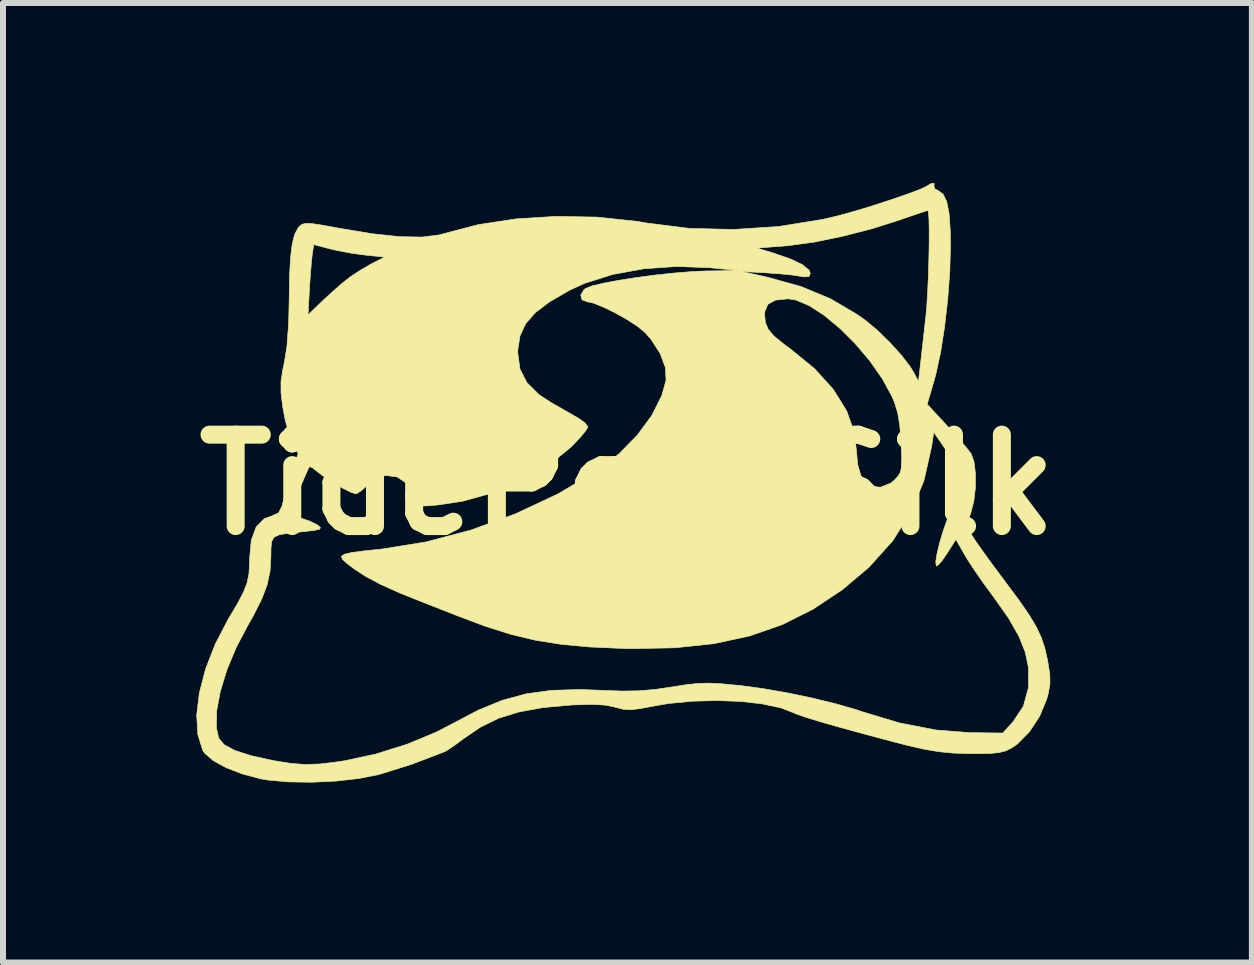
<source format=kicad_pcb>
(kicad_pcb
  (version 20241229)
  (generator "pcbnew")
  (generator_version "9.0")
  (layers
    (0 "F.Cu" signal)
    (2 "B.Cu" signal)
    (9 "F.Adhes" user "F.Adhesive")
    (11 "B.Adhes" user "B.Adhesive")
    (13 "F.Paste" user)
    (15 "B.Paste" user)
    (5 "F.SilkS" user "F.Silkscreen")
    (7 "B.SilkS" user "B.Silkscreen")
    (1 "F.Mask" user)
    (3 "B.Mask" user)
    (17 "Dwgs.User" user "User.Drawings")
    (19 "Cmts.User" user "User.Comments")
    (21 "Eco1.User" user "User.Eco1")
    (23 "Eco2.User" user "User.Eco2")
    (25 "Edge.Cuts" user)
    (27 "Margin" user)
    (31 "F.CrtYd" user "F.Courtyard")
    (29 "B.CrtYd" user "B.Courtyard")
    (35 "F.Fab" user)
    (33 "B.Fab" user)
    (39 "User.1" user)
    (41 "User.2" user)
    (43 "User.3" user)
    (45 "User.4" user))
  (footprint "TidePod_Silk"
    (layer "F.Cu")
    (at 7.41 5.03)
    (property "Reference" "TidePod_Silk" (at 0 0 0) (layer "F.SilkS") (effects (font (size 1.524 1.524) (thickness 0.3))))
    (attr through_hole)
    (fp_poly (pts (xy 5.114 -5.019) (xy 5.108 -4.982) (xy 5.124 -4.932) (xy 5.177 -4.904) (xy 5.261 -4.844) (xy 5.322 -4.72) (xy 5.361 -4.521) (xy 5.381 -4.239) (xy 5.385 -3.993) (xy 5.373 -3.556) (xy 5.339 -3.094) (xy 5.287 -2.637) (xy 5.221 -2.213) (xy 5.143 -1.851) (xy 5.116 -1.75) (xy 4.996 -1.342) (xy 5.323 -0.988) (xy 5.476 -0.819) (xy 5.61 -0.665) (xy 5.705 -0.549) (xy 5.729 -0.516) (xy 5.777 -0.382) (xy 5.801 -0.183) (xy 5.8 0.047) (xy 5.774 0.274) (xy 5.725 0.465) (xy 5.718 0.484) (xy 5.671 0.611) (xy 5.672 0.703) (xy 5.722 0.811) (xy 5.75 0.857) (xy 5.821 0.965) (xy 5.94 1.133) (xy 6.09 1.34) (xy 6.258 1.565) (xy 6.303 1.626) (xy 6.524 1.922) (xy 6.689 2.16) (xy 6.809 2.359) (xy 6.894 2.537) (xy 6.954 2.713) (xy 6.999 2.907) (xy 7.008 2.955) (xy 7.04 3.162) (xy 7.043 3.32) (xy 7.015 3.479) (xy 6.989 3.574) (xy 6.872 3.858) (xy 6.701 4.119) (xy 6.499 4.323) (xy 6.404 4.389) (xy 6.308 4.436) (xy 6.197 4.465) (xy 6.047 4.48) (xy 5.832 4.484) (xy 5.693 4.482) (xy 5.428 4.474) (xy 5.19 4.451) (xy 4.944 4.409) (xy 4.655 4.343) (xy 4.469 4.295) (xy 3.974 4.163) (xy 3.557 4.049) (xy 3.223 3.954) (xy 2.978 3.879) (xy 2.824 3.826) (xy 2.782 3.807) (xy 2.553 3.719) (xy 2.247 3.654) (xy 1.886 3.613) (xy 1.491 3.598) (xy 1.085 3.609) (xy 0.689 3.647) (xy 0.423 3.692) (xy 0.204 3.734) (xy 0.051 3.751) (xy -0.069 3.744) (xy -0.187 3.714) (xy -0.198 3.71) (xy -0.361 3.675) (xy -0.583 3.662) (xy -0.882 3.67) (xy -0.926 3.672) (xy -1.405 3.715) (xy -1.805 3.787) (xy -2.148 3.893) (xy -2.452 4.042) (xy -2.739 4.238) (xy -2.743 4.241) (xy -2.883 4.345) (xy -2.999 4.424) (xy -3.048 4.451) (xy -3.595 4.66) (xy -4.099 4.818) (xy -4.156 4.834) (xy -4.481 4.898) (xy -4.862 4.941) (xy -5.266 4.96) (xy -5.657 4.954) (xy -5.999 4.923) (xy -6.118 4.902) (xy -6.419 4.822) (xy -6.687 4.719) (xy -6.903 4.601) (xy -7.046 4.479) (xy -7.08 4.428) (xy -7.163 4.162) (xy -7.169 4.045) (xy -6.854 4.045) (xy -6.815 4.224) (xy -6.727 4.332) (xy -6.547 4.429) (xy -6.272 4.518) (xy -5.9 4.6) (xy -5.893 4.601) (xy -5.611 4.646) (xy -5.367 4.664) (xy -5.119 4.655) (xy -4.827 4.619) (xy -4.71 4.601) (xy -4.192 4.489) (xy -3.67 4.325) (xy -3.184 4.123) (xy -2.922 3.987) (xy -2.489 3.759) (xy -2.086 3.594) (xy -1.687 3.486) (xy -1.264 3.428) (xy -0.79 3.414) (xy -0.44 3.427) (xy -0.096 3.44) (xy 0.187 3.436) (xy 0.453 3.414) (xy 0.738 3.372) (xy 0.979 3.334) (xy 1.175 3.313) (xy 1.361 3.308) (xy 1.573 3.319) (xy 1.845 3.345) (xy 1.889 3.349) (xy 2.259 3.399) (xy 2.667 3.47) (xy 3.083 3.557) (xy 3.473 3.652) (xy 3.807 3.748) (xy 3.912 3.784) (xy 4.53 3.97) (xy 5.14 4.089) (xy 5.706 4.133) (xy 6.256 4.14) (xy 6.427 3.954) (xy 6.6 3.692) (xy 6.685 3.381) (xy 6.684 3.048) (xy 6.631 2.792) (xy 6.524 2.524) (xy 6.355 2.228) (xy 6.115 1.887) (xy 6.087 1.849) (xy 5.933 1.64) (xy 5.784 1.424) (xy 5.663 1.239) (xy 5.628 1.18) (xy 5.475 0.912) (xy 5.326 1.148) (xy 5.24 1.272) (xy 5.173 1.345) (xy 5.148 1.355) (xy 5.139 1.286) (xy 5.161 1.147) (xy 5.205 0.964) (xy 5.266 0.76) (xy 5.338 0.561) (xy 5.363 0.502) (xy 5.463 0.179) (xy 5.486 -0.053) (xy 5.477 -0.223) (xy 5.437 -0.363) (xy 5.352 -0.516) (xy 5.296 -0.599) (xy 5.105 -0.876) (xy 5.071 -0.64) (xy 4.943 -0.071) (xy 4.728 0.451) (xy 4.424 0.932) (xy 4.027 1.375) (xy 3.58 1.752) (xy 3.092 2.076) (xy 2.581 2.332) (xy 2.035 2.522) (xy 1.441 2.65) (xy 0.787 2.719) (xy 0.06 2.733) (xy -0.093 2.729) (xy -0.635 2.705) (xy -1.105 2.661) (xy -1.533 2.593) (xy -1.946 2.494) (xy -2.375 2.358) (xy -2.846 2.181) (xy -2.896 2.161) (xy -3.038 2.105) (xy -3.23 2.03) (xy -3.404 1.962) (xy -3.802 1.802) (xy -4.118 1.66) (xy -4.364 1.529) (xy -4.548 1.409) (xy -4.675 1.313) (xy -4.751 1.244) (xy -4.768 1.194) (xy -4.716 1.158) (xy -4.588 1.129) (xy -4.376 1.102) (xy -4.089 1.072) (xy -3.358 0.954) (xy -2.608 0.756) (xy -1.865 0.485) (xy -1.155 0.152) (xy -0.504 -0.235) (xy -0.496 -0.24) (xy -0.141 -0.515) (xy 0.164 -0.826) (xy 0.406 -1.155) (xy 0.572 -1.485) (xy 0.643 -1.741) (xy 0.632 -1.953) (xy 0.543 -2.191) (xy 0.388 -2.429) (xy 0.292 -2.538) (xy 0.171 -2.637) (xy -0.003 -2.751) (xy -0.161 -2.84) (xy 2.286 -2.84) (xy 2.298 -2.705) (xy 2.346 -2.591) (xy 2.443 -2.477) (xy 2.607 -2.343) (xy 2.711 -2.267) (xy 3.115 -1.938) (xy 3.431 -1.59) (xy 3.655 -1.229) (xy 3.784 -0.861) (xy 3.817 -0.563) (xy 3.838 -0.333) (xy 3.894 -0.142) (xy 3.977 -0.014) (xy 4.025 0.017) (xy 4.215 0.043) (xy 4.393 -0.028) (xy 4.454 -0.08) (xy 4.514 -0.146) (xy 4.551 -0.212) (xy 4.569 -0.302) (xy 4.572 -0.441) (xy 4.564 -0.652) (xy 4.561 -0.703) (xy 4.54 -0.981) (xy 4.506 -1.194) (xy 4.45 -1.375) (xy 4.408 -1.473) (xy 4.246 -1.77) (xy 4.038 -2.067) (xy 3.798 -2.35) (xy 3.541 -2.606) (xy 3.281 -2.822) (xy 3.032 -2.984) (xy 2.808 -3.079) (xy 2.677 -3.099) (xy 2.467 -3.077) (xy 2.34 -3.007) (xy 2.288 -2.883) (xy 2.286 -2.84) (xy -0.161 -2.84) (xy -0.203 -2.864) (xy -0.4 -2.96) (xy -0.566 -3.027) (xy -0.666 -3.048) (xy -0.757 -3.082) (xy -0.779 -3.16) (xy -0.728 -3.248) (xy -0.697 -3.272) (xy -0.589 -3.314) (xy -0.4 -3.359) (xy -0.15 -3.407) (xy 0.142 -3.452) (xy 0.455 -3.494) (xy 0.77 -3.528) (xy 1.066 -3.552) (xy 1.128 -3.554) (xy 1.905 -3.554) (xy 2.337 -3.458) (xy 2.895 -3.303) (xy 3.385 -3.099) (xy 3.833 -2.835) (xy 3.988 -2.724) (xy 4.178 -2.563) (xy 4.379 -2.366) (xy 4.564 -2.161) (xy 4.708 -1.974) (xy 4.761 -1.889) (xy 4.851 -1.721) (xy 4.885 -2.016) (xy 4.906 -2.205) (xy 4.934 -2.451) (xy 4.963 -2.711) (xy 4.973 -2.794) (xy 4.99 -2.982) (xy 5.004 -3.217) (xy 5.016 -3.479) (xy 5.024 -3.75) (xy 5.029 -4.01) (xy 5.03 -4.242) (xy 5.026 -4.425) (xy 5.018 -4.54) (xy 5.008 -4.572) (xy 4.954 -4.556) (xy 4.827 -4.514) (xy 4.649 -4.453) (xy 4.557 -4.42) (xy 4.079 -4.268) (xy 3.582 -4.14) (xy 3.102 -4.042) (xy 2.672 -3.984) (xy 2.621 -3.98) (xy 2.159 -3.945) (xy 2.438 -3.86) (xy 2.716 -3.764) (xy 2.914 -3.669) (xy 3.026 -3.578) (xy 3.048 -3.523) (xy 3.027 -3.47) (xy 2.949 -3.464) (xy 2.883 -3.475) (xy 2.752 -3.495) (xy 2.558 -3.514) (xy 2.341 -3.53) (xy 2.311 -3.532) (xy 1.905 -3.554) (xy 1.128 -3.554) (xy 1.323 -3.563) (xy 1.332 -3.563) (xy 1.854 -3.57) (xy 1.372 -3.617) (xy 0.821 -3.638) (xy 0.273 -3.6) (xy -0.246 -3.505) (xy -0.714 -3.357) (xy -0.965 -3.242) (xy -1.295 -3.051) (xy -1.536 -2.869) (xy -1.698 -2.682) (xy -1.792 -2.48) (xy -1.828 -2.249) (xy -1.829 -2.196) (xy -1.792 -1.928) (xy -1.676 -1.701) (xy -1.473 -1.5) (xy -1.268 -1.366) (xy -1.087 -1.263) (xy -0.918 -1.166) (xy -0.813 -1.106) (xy -0.71 -1.031) (xy -0.661 -0.967) (xy -0.66 -0.961) (xy -0.695 -0.901) (xy -0.785 -0.792) (xy -0.915 -0.655) (xy -0.956 -0.615) (xy -1.316 -0.322) (xy -1.751 -0.07) (xy -2.235 0.133) (xy -2.746 0.275) (xy -3.162 0.338) (xy -3.344 0.353) (xy -3.446 0.352) (xy -3.493 0.33) (xy -3.505 0.281) (xy -3.505 0.257) (xy -3.54 0.151) (xy -3.626 0.026) (xy -3.654 -0.004) (xy -3.838 -0.129) (xy -4.032 -0.155) (xy -4.225 -0.083) (xy -4.326 -0.000001) (xy -4.431 0.095) (xy -4.512 0.148) (xy -4.528 0.152) (xy -4.61 0.126) (xy -4.745 0.059) (xy -4.902 -0.031) (xy -5.051 -0.127) (xy -5.162 -0.211) (xy -5.169 -0.217) (xy -5.254 -0.284) (xy -5.302 -0.301) (xy -5.302 -0.301) (xy -5.33 -0.246) (xy -5.384 -0.124) (xy -5.454 0.041) (xy -5.458 0.051) (xy -5.53 0.225) (xy -5.588 0.364) (xy -5.62 0.441) (xy -5.621 0.441) (xy -5.595 0.494) (xy -5.483 0.545) (xy -5.451 0.555) (xy -5.297 0.607) (xy -5.173 0.668) (xy -5.158 0.678) (xy -5.118 0.716) (xy -5.132 0.741) (xy -5.215 0.761) (xy -5.382 0.78) (xy -5.414 0.784) (xy -5.65 0.808) (xy -5.803 0.834) (xy -5.891 0.875) (xy -5.931 0.945) (xy -5.943 1.058) (xy -5.944 1.191) (xy -5.958 1.437) (xy -6.007 1.669) (xy -6.1 1.914) (xy -6.245 2.199) (xy -6.324 2.336) (xy -6.521 2.71) (xy -6.677 3.085) (xy -6.787 3.444) (xy -6.848 3.769) (xy -6.854 4.045) (xy -7.169 4.045) (xy -7.181 3.837) (xy -7.136 3.467) (xy -7.032 3.069) (xy -6.872 2.658) (xy -6.66 2.25) (xy -6.636 2.21) (xy -6.493 1.968) (xy -6.397 1.783) (xy -6.339 1.629) (xy -6.309 1.478) (xy -6.3 1.303) (xy -6.299 1.23) (xy -6.271 0.926) (xy -6.19 0.705) (xy -6.056 0.568) (xy -5.943 0.526) (xy -5.817 0.471) (xy -5.761 0.362) (xy -5.731 0.249) (xy -5.68 0.075) (xy -5.618 -0.124) (xy -5.611 -0.145) (xy -5.49 -0.519) (xy -5.59 -0.715) (xy -5.647 -0.865) (xy -5.704 -1.072) (xy -5.746 -1.291) (xy -5.747 -1.295) (xy -5.775 -1.531) (xy -5.776 -1.719) (xy -5.747 -1.912) (xy -5.723 -2.021) (xy -5.677 -2.303) (xy -5.649 -2.681) (xy -5.645 -2.831) (xy -5.325 -2.831) (xy -5.063 -3.083) (xy -4.9 -3.232) (xy -4.738 -3.373) (xy -4.623 -3.463) (xy -4.453 -3.575) (xy -4.271 -3.681) (xy -4.247 -3.693) (xy -4.049 -3.794) (xy -4.374 -3.828) (xy -4.601 -3.859) (xy -4.836 -3.903) (xy -4.964 -3.933) (xy -5.23 -4.003) (xy -5.254 -3.843) (xy -5.268 -3.717) (xy -5.284 -3.525) (xy -5.299 -3.306) (xy -5.302 -3.257) (xy -5.325 -2.831) (xy -5.645 -2.831) (xy -5.639 -3.099) (xy -5.633 -3.49) (xy -5.616 -3.791) (xy -5.588 -4.016) (xy -5.547 -4.176) (xy -5.49 -4.282) (xy -5.467 -4.309) (xy -5.424 -4.341) (xy -5.362 -4.356) (xy -5.263 -4.353) (xy -5.107 -4.33) (xy -4.875 -4.288) (xy -4.815 -4.277) (xy -4.266 -4.185) (xy -3.802 -4.135) (xy -3.426 -4.128) (xy -3.139 -4.164) (xy -3.069 -4.183) (xy -2.495 -4.334) (xy -1.859 -4.431) (xy -1.189 -4.473) (xy -0.51 -4.461) (xy 0.152 -4.391) (xy 0.336 -4.36) (xy 1.032 -4.273) (xy 1.77 -4.255) (xy 2.518 -4.304) (xy 3.246 -4.421) (xy 3.48 -4.475) (xy 3.696 -4.533) (xy 3.945 -4.606) (xy 4.207 -4.689) (xy 4.461 -4.773) (xy 4.688 -4.852) (xy 4.868 -4.92) (xy 4.979 -4.97) (xy 5.001 -4.984) (xy 5.07 -5.025) (xy 5.114 -5.019)) (stroke (width 0.01) (type solid)) (fill yes) (layer "F.SilkS")))
  (gr_rect
    (start -3 -3)
    (end 17.819 12.995)
    (stroke (width 0.1) (type default))
    (fill no)
    (layer "Edge.Cuts")))
</source>
